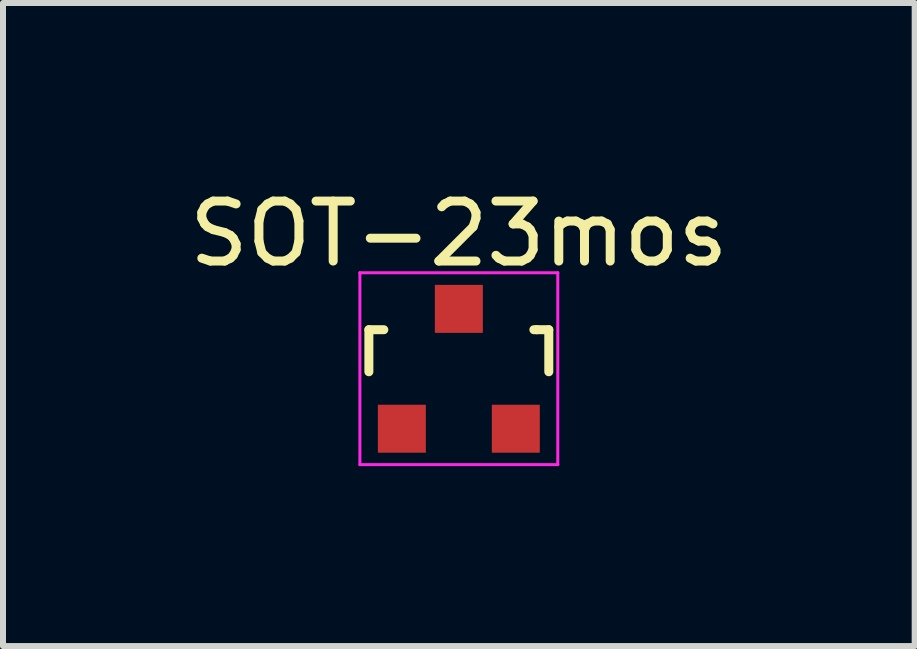
<source format=kicad_pcb>
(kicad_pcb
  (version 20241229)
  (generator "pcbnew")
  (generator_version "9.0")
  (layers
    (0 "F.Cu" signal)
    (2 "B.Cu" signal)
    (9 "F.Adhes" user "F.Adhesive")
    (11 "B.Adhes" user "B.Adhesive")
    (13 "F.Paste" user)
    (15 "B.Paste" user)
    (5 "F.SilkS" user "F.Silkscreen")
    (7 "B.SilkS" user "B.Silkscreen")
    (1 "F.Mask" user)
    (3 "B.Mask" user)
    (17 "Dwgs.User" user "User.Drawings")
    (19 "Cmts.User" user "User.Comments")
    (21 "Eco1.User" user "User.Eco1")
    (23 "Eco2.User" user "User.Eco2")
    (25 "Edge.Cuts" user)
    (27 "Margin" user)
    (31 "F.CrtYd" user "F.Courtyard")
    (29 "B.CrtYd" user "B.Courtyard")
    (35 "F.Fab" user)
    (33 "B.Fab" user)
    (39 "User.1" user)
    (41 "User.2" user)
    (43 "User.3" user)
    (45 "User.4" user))
  (footprint "SOT-23mos"
    (layer "F.Cu")
    (at 4.601 3.098)
    (property "Reference" "SOT-23mos" (at 0 -2.25 0) (layer "F.SilkS") (effects (font (size 1 1) (thickness 0.15))))
    (attr smd)
    (fp_line (start -1.5 -0.65) (end -1.251 -0.65) (stroke (width 0.15) (type solid)) (layer "F.SilkS"))
    (fp_line (start -1.5 0.051) (end -1.5 -0.65) (stroke (width 0.15) (type solid)) (layer "F.SilkS"))
    (fp_line (start 1.299 -0.65) (end 1.251 -0.65) (stroke (width 0.15) (type solid)) (layer "F.SilkS"))
    (fp_line (start 1.299 -0.65) (end 1.5 -0.65) (stroke (width 0.15) (type solid)) (layer "F.SilkS"))
    (fp_line (start 1.5 -0.65) (end 1.5 0.051) (stroke (width 0.15) (type solid)) (layer "F.SilkS"))
    (fp_line (start -1.65 -1.6) (end 1.65 -1.6) (stroke (width 0.05) (type solid)) (layer "F.CrtYd"))
    (fp_line (start -1.65 1.6) (end -1.65 -1.6) (stroke (width 0.05) (type solid)) (layer "F.CrtYd"))
    (fp_line (start 1.65 -1.6) (end 1.65 1.6) (stroke (width 0.05) (type solid)) (layer "F.CrtYd"))
    (fp_line (start 1.65 1.6) (end -1.65 1.6) (stroke (width 0.05) (type solid)) (layer "F.CrtYd"))
    (pad "D" smd rect (at 0 -0.998) (size 0.8 0.8) (layers "F.Cu" "F.Mask" "F.Paste"))
    (pad "G" smd rect (at -0.95 1.001) (size 0.8 0.8) (layers "F.Cu" "F.Mask" "F.Paste"))
    (pad "S" smd rect (at 0.95 1.001) (size 0.8 0.8) (layers "F.Cu" "F.Mask" "F.Paste")))
  (gr_rect
    (start -3 -3)
    (end 12.202 7.723)
    (stroke (width 0.1) (type default))
    (fill no)
    (layer "Edge.Cuts")))
</source>
